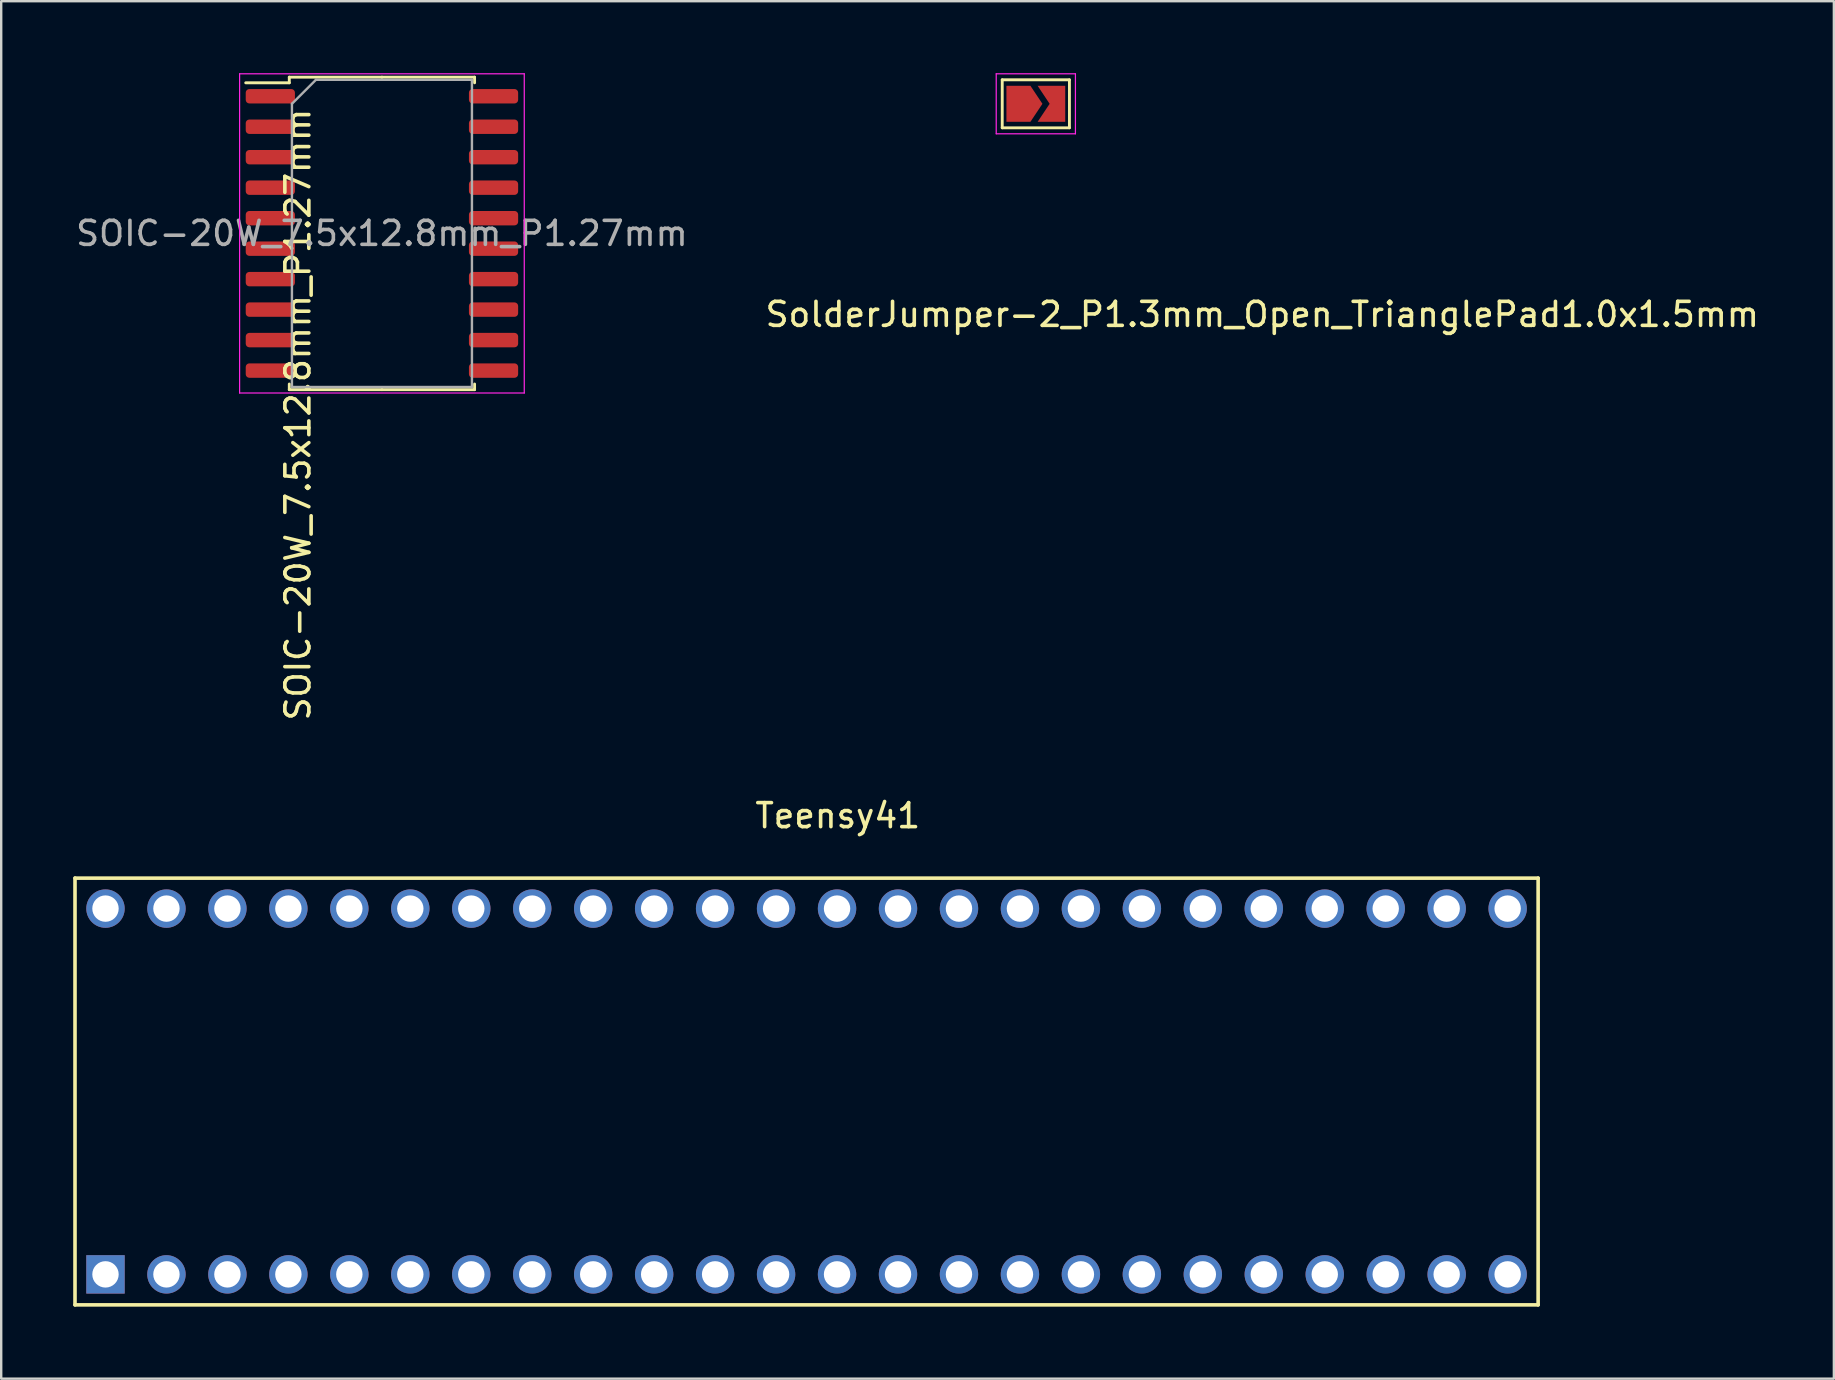
<source format=kicad_pcb>
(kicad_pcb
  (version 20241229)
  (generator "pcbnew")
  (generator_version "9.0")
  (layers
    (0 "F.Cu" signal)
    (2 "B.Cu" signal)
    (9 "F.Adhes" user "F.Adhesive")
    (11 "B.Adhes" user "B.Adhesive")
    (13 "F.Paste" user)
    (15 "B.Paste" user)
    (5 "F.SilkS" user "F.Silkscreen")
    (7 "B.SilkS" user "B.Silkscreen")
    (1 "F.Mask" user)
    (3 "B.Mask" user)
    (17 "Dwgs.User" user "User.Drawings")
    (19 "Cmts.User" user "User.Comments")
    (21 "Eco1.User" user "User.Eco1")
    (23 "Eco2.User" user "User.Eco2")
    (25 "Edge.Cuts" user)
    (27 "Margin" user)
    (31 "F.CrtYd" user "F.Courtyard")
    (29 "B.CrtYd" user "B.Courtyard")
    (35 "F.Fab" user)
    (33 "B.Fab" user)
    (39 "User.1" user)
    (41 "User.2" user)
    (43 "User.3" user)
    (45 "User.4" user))
  (footprint "SOIC-20W_7.5x12.8mm_P1.27mm"
    (layer "F.Cu")
    (at 12.863 6.675)
    (property "Reference" "SOIC-20W_7.5x12.8mm_P1.27mm" (at -3.5 7.55 90) (layer "F.SilkS") (effects (font (size 1 1) (thickness 0.15))))
    (attr smd)
    (fp_line (start -3.86 -6.51) (end -3.86 -6.275) (stroke (width 0.12) (type solid)) (layer "F.SilkS"))
    (fp_line (start -3.86 -6.275) (end -5.675 -6.275) (stroke (width 0.12) (type solid)) (layer "F.SilkS"))
    (fp_line (start -3.86 6.51) (end -3.86 6.275) (stroke (width 0.12) (type solid)) (layer "F.SilkS"))
    (fp_line (start 0 -6.51) (end -3.86 -6.51) (stroke (width 0.12) (type solid)) (layer "F.SilkS"))
    (fp_line (start 0 -6.51) (end 3.86 -6.51) (stroke (width 0.12) (type solid)) (layer "F.SilkS"))
    (fp_line (start 0 6.51) (end -3.86 6.51) (stroke (width 0.12) (type solid)) (layer "F.SilkS"))
    (fp_line (start 0 6.51) (end 3.86 6.51) (stroke (width 0.12) (type solid)) (layer "F.SilkS"))
    (fp_line (start 3.86 -6.51) (end 3.86 -6.275) (stroke (width 0.12) (type solid)) (layer "F.SilkS"))
    (fp_line (start 3.86 6.51) (end 3.86 6.275) (stroke (width 0.12) (type solid)) (layer "F.SilkS"))
    (fp_line (start -5.93 -6.65) (end -5.93 6.65) (stroke (width 0.05) (type solid)) (layer "F.CrtYd"))
    (fp_line (start -5.93 6.65) (end 5.93 6.65) (stroke (width 0.05) (type solid)) (layer "F.CrtYd"))
    (fp_line (start 5.93 -6.65) (end -5.93 -6.65) (stroke (width 0.05) (type solid)) (layer "F.CrtYd"))
    (fp_line (start 5.93 6.65) (end 5.93 -6.65) (stroke (width 0.05) (type solid)) (layer "F.CrtYd"))
    (fp_line (start -3.75 -5.4) (end -2.75 -6.4) (stroke (width 0.1) (type solid)) (layer "F.Fab"))
    (fp_line (start -3.75 6.4) (end -3.75 -5.4) (stroke (width 0.1) (type solid)) (layer "F.Fab"))
    (fp_line (start -2.75 -6.4) (end 3.75 -6.4) (stroke (width 0.1) (type solid)) (layer "F.Fab"))
    (fp_line (start 3.75 -6.4) (end 3.75 6.4) (stroke (width 0.1) (type solid)) (layer "F.Fab"))
    (fp_line (start 3.75 6.4) (end -3.75 6.4) (stroke (width 0.1) (type solid)) (layer "F.Fab"))
    (fp_text user "${REFERENCE}" (at 0 0 0) (layer "F.Fab") (effects (font (size 1 1) (thickness 0.15))))
    (pad "1" smd roundrect (at -4.65 -5.715) (size 2.05 0.6) (layers "F.Cu" "F.Mask" "F.Paste") (roundrect_rratio 0.25))
    (pad "2" smd roundrect (at -4.65 -4.445) (size 2.05 0.6) (layers "F.Cu" "F.Mask" "F.Paste") (roundrect_rratio 0.25))
    (pad "3" smd roundrect (at -4.65 -3.175) (size 2.05 0.6) (layers "F.Cu" "F.Mask" "F.Paste") (roundrect_rratio 0.25))
    (pad "4" smd roundrect (at -4.65 -1.905) (size 2.05 0.6) (layers "F.Cu" "F.Mask" "F.Paste") (roundrect_rratio 0.25))
    (pad "5" smd roundrect (at -4.65 -0.635) (size 2.05 0.6) (layers "F.Cu" "F.Mask" "F.Paste") (roundrect_rratio 0.25))
    (pad "6" smd roundrect (at -4.65 0.635) (size 2.05 0.6) (layers "F.Cu" "F.Mask" "F.Paste") (roundrect_rratio 0.25))
    (pad "7" smd roundrect (at -4.65 1.905) (size 2.05 0.6) (layers "F.Cu" "F.Mask" "F.Paste") (roundrect_rratio 0.25))
    (pad "8" smd roundrect (at -4.65 3.175) (size 2.05 0.6) (layers "F.Cu" "F.Mask" "F.Paste") (roundrect_rratio 0.25))
    (pad "9" smd roundrect (at -4.65 4.445) (size 2.05 0.6) (layers "F.Cu" "F.Mask" "F.Paste") (roundrect_rratio 0.25))
    (pad "10" smd roundrect (at -4.65 5.715) (size 2.05 0.6) (layers "F.Cu" "F.Mask" "F.Paste") (roundrect_rratio 0.25))
    (pad "11" smd roundrect (at 4.65 5.715) (size 2.05 0.6) (layers "F.Cu" "F.Mask" "F.Paste") (roundrect_rratio 0.25))
    (pad "12" smd roundrect (at 4.65 4.445) (size 2.05 0.6) (layers "F.Cu" "F.Mask" "F.Paste") (roundrect_rratio 0.25))
    (pad "13" smd roundrect (at 4.65 3.175) (size 2.05 0.6) (layers "F.Cu" "F.Mask" "F.Paste") (roundrect_rratio 0.25))
    (pad "14" smd roundrect (at 4.65 1.905) (size 2.05 0.6) (layers "F.Cu" "F.Mask" "F.Paste") (roundrect_rratio 0.25))
    (pad "15" smd roundrect (at 4.65 0.635) (size 2.05 0.6) (layers "F.Cu" "F.Mask" "F.Paste") (roundrect_rratio 0.25))
    (pad "16" smd roundrect (at 4.65 -0.635) (size 2.05 0.6) (layers "F.Cu" "F.Mask" "F.Paste") (roundrect_rratio 0.25))
    (pad "17" smd roundrect (at 4.65 -1.905) (size 2.05 0.6) (layers "F.Cu" "F.Mask" "F.Paste") (roundrect_rratio 0.25))
    (pad "18" smd roundrect (at 4.65 -3.175) (size 2.05 0.6) (layers "F.Cu" "F.Mask" "F.Paste") (roundrect_rratio 0.25))
    (pad "19" smd roundrect (at 4.65 -4.445) (size 2.05 0.6) (layers "F.Cu" "F.Mask" "F.Paste") (roundrect_rratio 0.25))
    (pad "20" smd roundrect (at 4.65 -5.715) (size 2.05 0.6) (layers "F.Cu" "F.Mask" "F.Paste") (roundrect_rratio 0.25)))
  (footprint "SolderJumper-2_P1.3mm_Open_TrianglePad1.0x1.5mm"
    (layer "F.Cu")
    (at 40.107 1.275)
    (property "Reference" "SolderJumper-2_P1.3mm_Open_TrianglePad1.0x1.5mm" (at 9.435 8.775 180) (layer "F.SilkS") (effects (font (size 1 1) (thickness 0.15))))
    (attr exclude_from_pos_files)
    (fp_line (start -1.4 -1) (end 1.4 -1) (stroke (width 0.12) (type solid)) (layer "F.SilkS"))
    (fp_line (start -1.4 1) (end -1.4 -1) (stroke (width 0.12) (type solid)) (layer "F.SilkS"))
    (fp_line (start 1.4 -1) (end 1.4 1) (stroke (width 0.12) (type solid)) (layer "F.SilkS"))
    (fp_line (start 1.4 1) (end -1.4 1) (stroke (width 0.12) (type solid)) (layer "F.SilkS"))
    (fp_line (start -1.65 -1.25) (end -1.65 1.25) (stroke (width 0.05) (type solid)) (layer "F.CrtYd"))
    (fp_line (start -1.65 -1.25) (end 1.65 -1.25) (stroke (width 0.05) (type solid)) (layer "F.CrtYd"))
    (fp_line (start 1.65 1.25) (end -1.65 1.25) (stroke (width 0.05) (type solid)) (layer "F.CrtYd"))
    (fp_line (start 1.65 1.25) (end 1.65 -1.25) (stroke (width 0.05) (type solid)) (layer "F.CrtYd"))
    (pad "1" smd custom (at -0.725 0) (size 0.3 0.3) (layers "F.Cu" "F.Mask") (options (anchor rect)) (primitives (gr_poly (pts (xy 1 0) (xy 0.5 0.75) (xy -0.5 0.75) (xy -0.5 -0.75) (xy 0.5 -0.75)) (width 0) (fill yes))))
    (pad "2" smd custom (at 0.725 0) (size 0.3 0.3) (layers "F.Cu" "F.Mask") (options (anchor rect)) (primitives (gr_poly (pts (xy 0.5 0.75) (xy -0.65 0.75) (xy -0.15 0) (xy -0.65 -0.75) (xy 0.5 -0.75)) (width 0) (fill yes)))))
  (footprint "Teensy41"
    (layer "F.Cu")
    (at 30.555 42.426)
    (property "Reference" "Teensy41" (at 1.3 -11.49 180) (layer "F.SilkS") (effects (font (size 1 1) (thickness 0.15))))
    (attr through_hole)
    (fp_line (start -30.48 -8.89) (end 30.48 -8.89) (stroke (width 0.15) (type solid)) (layer "F.SilkS"))
    (fp_line (start -30.48 8.89) (end -30.48 -8.89) (stroke (width 0.15) (type solid)) (layer "F.SilkS"))
    (fp_line (start 30.48 -8.89) (end 30.48 8.89) (stroke (width 0.15) (type solid)) (layer "F.SilkS"))
    (fp_line (start 30.48 8.89) (end -30.48 8.89) (stroke (width 0.15) (type solid)) (layer "F.SilkS"))
    (pad "1" thru_hole rect (at -29.21 7.62) (size 1.6 1.6) (drill 1.1) (layers "*.Cu" "*.Mask"))
    (pad "2" thru_hole circle (at -26.67 7.62) (size 1.6 1.6) (drill 1.1) (layers "*.Cu" "*.Mask"))
    (pad "3" thru_hole circle (at -24.13 7.62) (size 1.6 1.6) (drill 1.1) (layers "*.Cu" "*.Mask"))
    (pad "4" thru_hole circle (at -21.59 7.62) (size 1.6 1.6) (drill 1.1) (layers "*.Cu" "*.Mask"))
    (pad "5" thru_hole circle (at -19.05 7.62) (size 1.6 1.6) (drill 1.1) (layers "*.Cu" "*.Mask"))
    (pad "6" thru_hole circle (at -16.51 7.62) (size 1.6 1.6) (drill 1.1) (layers "*.Cu" "*.Mask"))
    (pad "7" thru_hole circle (at -13.97 7.62) (size 1.6 1.6) (drill 1.1) (layers "*.Cu" "*.Mask"))
    (pad "8" thru_hole circle (at -11.43 7.62) (size 1.6 1.6) (drill 1.1) (layers "*.Cu" "*.Mask"))
    (pad "9" thru_hole circle (at -8.89 7.62) (size 1.6 1.6) (drill 1.1) (layers "*.Cu" "*.Mask"))
    (pad "10" thru_hole circle (at -6.35 7.62) (size 1.6 1.6) (drill 1.1) (layers "*.Cu" "*.Mask"))
    (pad "11" thru_hole circle (at -3.81 7.62) (size 1.6 1.6) (drill 1.1) (layers "*.Cu" "*.Mask"))
    (pad "12" thru_hole circle (at -1.27 7.62) (size 1.6 1.6) (drill 1.1) (layers "*.Cu" "*.Mask"))
    (pad "13" thru_hole circle (at 1.27 7.62) (size 1.6 1.6) (drill 1.1) (layers "*.Cu" "*.Mask"))
    (pad "14" thru_hole circle (at 3.81 7.62) (size 1.6 1.6) (drill 1.1) (layers "*.Cu" "*.Mask"))
    (pad "15" thru_hole circle (at 6.35 7.62) (size 1.6 1.6) (drill 1.1) (layers "*.Cu" "*.Mask"))
    (pad "16" thru_hole circle (at 8.89 7.62) (size 1.6 1.6) (drill 1.1) (layers "*.Cu" "*.Mask"))
    (pad "17" thru_hole circle (at 11.43 7.62) (size 1.6 1.6) (drill 1.1) (layers "*.Cu" "*.Mask"))
    (pad "18" thru_hole circle (at 13.97 7.62) (size 1.6 1.6) (drill 1.1) (layers "*.Cu" "*.Mask"))
    (pad "19" thru_hole circle (at 16.51 7.62) (size 1.6 1.6) (drill 1.1) (layers "*.Cu" "*.Mask"))
    (pad "20" thru_hole circle (at 19.05 7.62) (size 1.6 1.6) (drill 1.1) (layers "*.Cu" "*.Mask"))
    (pad "21" thru_hole circle (at 21.59 7.62) (size 1.6 1.6) (drill 1.1) (layers "*.Cu" "*.Mask"))
    (pad "22" thru_hole circle (at 24.13 7.62) (size 1.6 1.6) (drill 1.1) (layers "*.Cu" "*.Mask"))
    (pad "23" thru_hole circle (at 26.67 7.62) (size 1.6 1.6) (drill 1.1) (layers "*.Cu" "*.Mask"))
    (pad "24" thru_hole circle (at 29.21 7.62) (size 1.6 1.6) (drill 1.1) (layers "*.Cu" "*.Mask"))
    (pad "25" thru_hole circle (at 29.21 -7.62) (size 1.6 1.6) (drill 1.1) (layers "*.Cu" "*.Mask"))
    (pad "26" thru_hole circle (at 26.67 -7.62) (size 1.6 1.6) (drill 1.1) (layers "*.Cu" "*.Mask"))
    (pad "27" thru_hole circle (at 24.13 -7.62) (size 1.6 1.6) (drill 1.1) (layers "*.Cu" "*.Mask"))
    (pad "28" thru_hole circle (at 21.59 -7.62) (size 1.6 1.6) (drill 1.1) (layers "*.Cu" "*.Mask"))
    (pad "29" thru_hole circle (at 19.05 -7.62) (size 1.6 1.6) (drill 1.1) (layers "*.Cu" "*.Mask"))
    (pad "30" thru_hole circle (at 16.51 -7.62) (size 1.6 1.6) (drill 1.1) (layers "*.Cu" "*.Mask"))
    (pad "31" thru_hole circle (at 13.97 -7.62) (size 1.6 1.6) (drill 1.1) (layers "*.Cu" "*.Mask"))
    (pad "32" thru_hole circle (at 11.43 -7.62) (size 1.6 1.6) (drill 1.1) (layers "*.Cu" "*.Mask"))
    (pad "33" thru_hole circle (at 8.89 -7.62) (size 1.6 1.6) (drill 1.1) (layers "*.Cu" "*.Mask"))
    (pad "34" thru_hole circle (at 6.35 -7.62) (size 1.6 1.6) (drill 1.1) (layers "*.Cu" "*.Mask"))
    (pad "35" thru_hole circle (at 3.81 -7.62) (size 1.6 1.6) (drill 1.1) (layers "*.Cu" "*.Mask"))
    (pad "36" thru_hole circle (at 1.27 -7.62) (size 1.6 1.6) (drill 1.1) (layers "*.Cu" "*.Mask"))
    (pad "37" thru_hole circle (at -1.27 -7.62) (size 1.6 1.6) (drill 1.1) (layers "*.Cu" "*.Mask"))
    (pad "38" thru_hole circle (at -3.81 -7.62) (size 1.6 1.6) (drill 1.1) (layers "*.Cu" "*.Mask"))
    (pad "39" thru_hole circle (at -6.35 -7.62) (size 1.6 1.6) (drill 1.1) (layers "*.Cu" "*.Mask"))
    (pad "40" thru_hole circle (at -8.89 -7.62) (size 1.6 1.6) (drill 1.1) (layers "*.Cu" "*.Mask"))
    (pad "41" thru_hole circle (at -11.43 -7.62) (size 1.6 1.6) (drill 1.1) (layers "*.Cu" "*.Mask"))
    (pad "42" thru_hole circle (at -13.97 -7.62) (size 1.6 1.6) (drill 1.1) (layers "*.Cu" "*.Mask"))
    (pad "43" thru_hole circle (at -16.51 -7.62) (size 1.6 1.6) (drill 1.1) (layers "*.Cu" "*.Mask"))
    (pad "44" thru_hole circle (at -19.05 -7.62) (size 1.6 1.6) (drill 1.1) (layers "*.Cu" "*.Mask"))
    (pad "45" thru_hole circle (at -21.59 -7.62) (size 1.6 1.6) (drill 1.1) (layers "*.Cu" "*.Mask"))
    (pad "46" thru_hole circle (at -24.13 -7.62) (size 1.6 1.6) (drill 1.1) (layers "*.Cu" "*.Mask"))
    (pad "47" thru_hole circle (at -26.67 -7.62) (size 1.6 1.6) (drill 1.1) (layers "*.Cu" "*.Mask"))
    (pad "48" thru_hole circle (at -29.21 -7.62) (size 1.6 1.6) (drill 1.1) (layers "*.Cu" "*.Mask")))
  (gr_rect
    (start -3 -3)
    (end 73.357 54.391)
    (stroke (width 0.1) (type default))
    (fill no)
    (layer "Edge.Cuts")))
</source>
